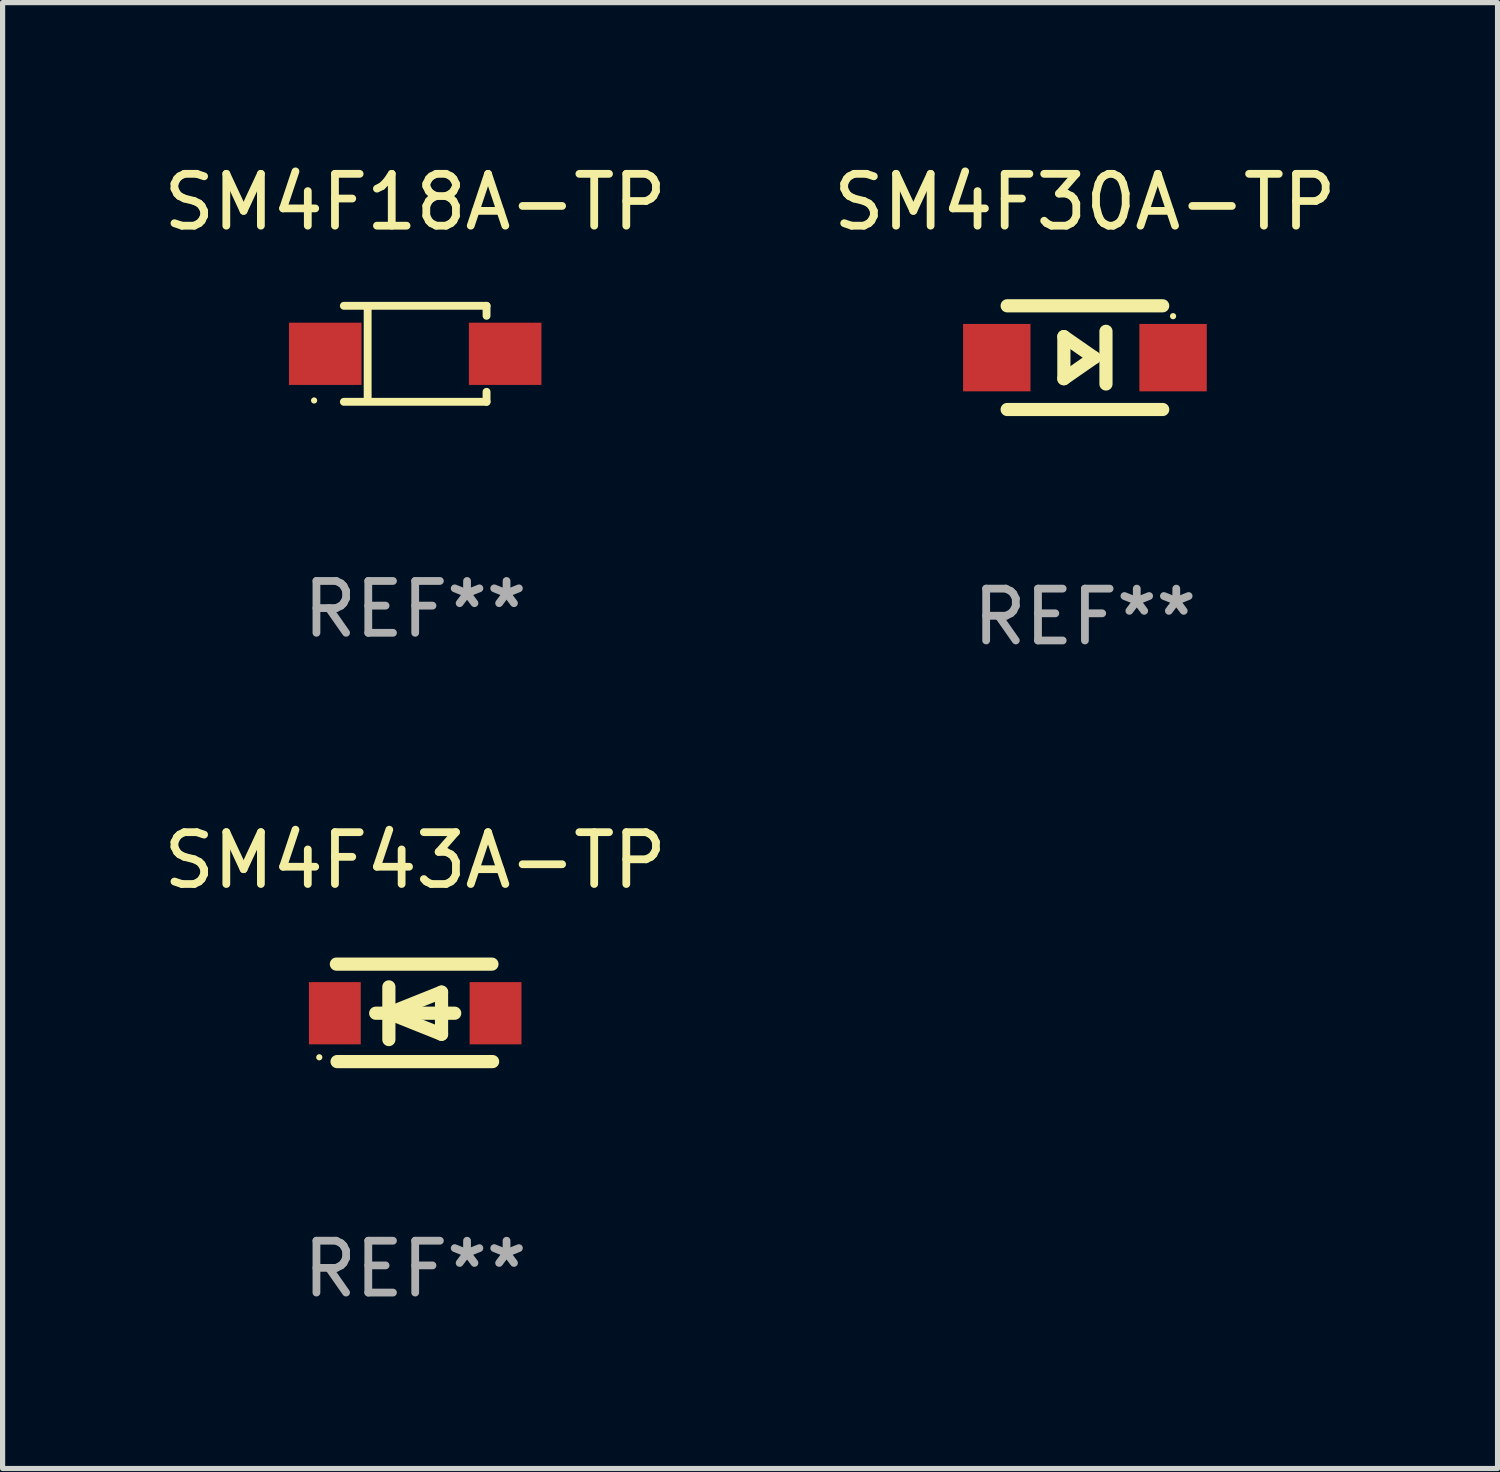
<source format=kicad_pcb>
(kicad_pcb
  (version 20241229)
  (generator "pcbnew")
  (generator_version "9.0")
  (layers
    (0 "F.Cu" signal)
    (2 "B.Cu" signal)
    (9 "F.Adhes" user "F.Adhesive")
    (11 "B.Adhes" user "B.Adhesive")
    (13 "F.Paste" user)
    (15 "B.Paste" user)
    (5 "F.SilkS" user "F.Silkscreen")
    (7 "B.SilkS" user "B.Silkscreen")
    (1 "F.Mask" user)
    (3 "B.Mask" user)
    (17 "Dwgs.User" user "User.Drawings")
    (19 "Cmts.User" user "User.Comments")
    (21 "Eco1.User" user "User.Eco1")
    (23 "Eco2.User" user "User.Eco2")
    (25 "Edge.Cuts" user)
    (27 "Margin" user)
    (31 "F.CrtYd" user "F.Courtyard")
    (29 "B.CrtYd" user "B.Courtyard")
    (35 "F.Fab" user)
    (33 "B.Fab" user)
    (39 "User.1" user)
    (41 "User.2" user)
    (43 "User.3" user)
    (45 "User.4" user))
  (footprint "SM4F43A-TP"
    (layer "F.Cu")
    (at 4.958 16.485)
    (property "Reference" "SM4F43A-TP" (at 0 -2.94 0) (layer "F.SilkS") (effects (font (size 1 1) (thickness 0.15))))
    (attr through_hole)
    (fp_line (start -1.52 -0.94) (end 1.48 -0.94) (stroke (width 0.254) (type solid)) (layer "F.SilkS"))
    (fp_line (start -1.507 0.94) (end 1.493 0.94) (stroke (width 0.254) (type solid)) (layer "F.SilkS"))
    (fp_line (start -0.762 0.007) (end 0.762 0.007) (stroke (width 0.254) (type solid)) (layer "F.SilkS"))
    (fp_line (start -0.508 -0.501) (end -0.508 0.515) (stroke (width 0.254) (type solid)) (layer "F.SilkS"))
    (fp_line (start -0.508 0.007) (end 0.508 -0.4) (stroke (width 0.254) (type solid)) (layer "F.SilkS"))
    (fp_line (start 0.508 -0.4) (end 0.508 0.413) (stroke (width 0.254) (type solid)) (layer "F.SilkS"))
    (fp_line (start 0.508 0.413) (end -0.508 0.007) (stroke (width 0.254) (type solid)) (layer "F.SilkS"))
    (fp_circle (center -1.85 0.857) (end -1.82 0.857) (stroke (width 0.06) (type solid)) (fill no) (layer "F.SilkS"))
    (fp_text user "REF**" (at 0 4.94 0) (layer "F.Fab") (effects (font (size 1 1) (thickness 0.15))))
    (pad "1" smd rect (at -1.55 0.007) (size 1 1.2) (layers "F.Cu" "F.Mask" "F.Paste"))
    (pad "2" smd rect (at 1.55 0.007) (size 1 1.2) (layers "F.Cu" "F.Mask" "F.Paste")))
  (footprint "SM4F30A-TP"
    (layer "F.Cu")
    (at 17.875 3.848)
    (property "Reference" "SM4F30A-TP" (at 0 -3 0) (layer "F.SilkS") (effects (font (size 1 1) (thickness 0.15))))
    (attr through_hole)
    (fp_line (start -1.5 -1) (end 1.5 -1) (stroke (width 0.254) (type solid)) (layer "F.SilkS"))
    (fp_line (start -0.406 -0.406) (end 0.178 0) (stroke (width 0.254) (type solid)) (layer "F.SilkS"))
    (fp_line (start -0.406 0.406) (end -0.406 -0.406) (stroke (width 0.254) (type solid)) (layer "F.SilkS"))
    (fp_line (start 0.178 0) (end -0.406 0.406) (stroke (width 0.254) (type solid)) (layer "F.SilkS"))
    (fp_line (start 0.406 0.508) (end 0.406 -0.508) (stroke (width 0.254) (type solid)) (layer "F.SilkS"))
    (fp_line (start 1.5 1) (end -1.5 1) (stroke (width 0.254) (type solid)) (layer "F.SilkS"))
    (fp_circle (center 1.7 -0.8) (end 1.73 -0.8) (stroke (width 0.06) (type solid)) (fill no) (layer "F.SilkS"))
    (fp_text user "REF**" (at 0 5 0) (layer "F.Fab") (effects (font (size 1 1) (thickness 0.15))))
    (pad "1" smd rect (at 1.7 0 180) (size 1.3 1.3) (layers "F.Cu" "F.Mask" "F.Paste"))
    (pad "2" smd rect (at -1.7 0 180) (size 1.3 1.3) (layers "F.Cu" "F.Mask" "F.Paste")))
  (footprint "SM4F18A-TP"
    (layer "F.Cu")
    (at 4.958 3.774)
    (property "Reference" "SM4F18A-TP" (at 0 -2.926 0) (layer "F.SilkS") (effects (font (size 1 1) (thickness 0.15))))
    (attr through_hole)
    (fp_line (start -1.376 -0.926) (end 1.376 -0.926) (stroke (width 0.152) (type solid)) (layer "F.SilkS"))
    (fp_line (start -1.376 0.926) (end 1.376 0.926) (stroke (width 0.152) (type solid)) (layer "F.SilkS"))
    (fp_line (start -0.917 -0.876) (end -0.917 0.876) (stroke (width 0.152) (type solid)) (layer "F.SilkS"))
    (fp_line (start 1.376 -0.926) (end 1.376 -0.733) (stroke (width 0.152) (type solid)) (layer "F.SilkS"))
    (fp_line (start 1.376 0.926) (end 1.376 0.733) (stroke (width 0.152) (type solid)) (layer "F.SilkS"))
    (fp_circle (center -1.95 0.9) (end -1.92 0.9) (stroke (width 0.06) (type solid)) (fill no) (layer "F.SilkS"))
    (fp_text user "REF**" (at 0 4.926 0) (layer "F.Fab") (effects (font (size 1 1) (thickness 0.15))))
    (pad "1" smd rect (at -1.735 0) (size 1.4 1.2) (layers "F.Cu" "F.Mask" "F.Paste"))
    (pad "2" smd rect (at 1.735 0) (size 1.4 1.2) (layers "F.Cu" "F.Mask" "F.Paste")))
  (gr_rect
    (start -3 -3)
    (end 25.833 25.273)
    (stroke (width 0.1) (type default))
    (fill no)
    (layer "Edge.Cuts")))
</source>
